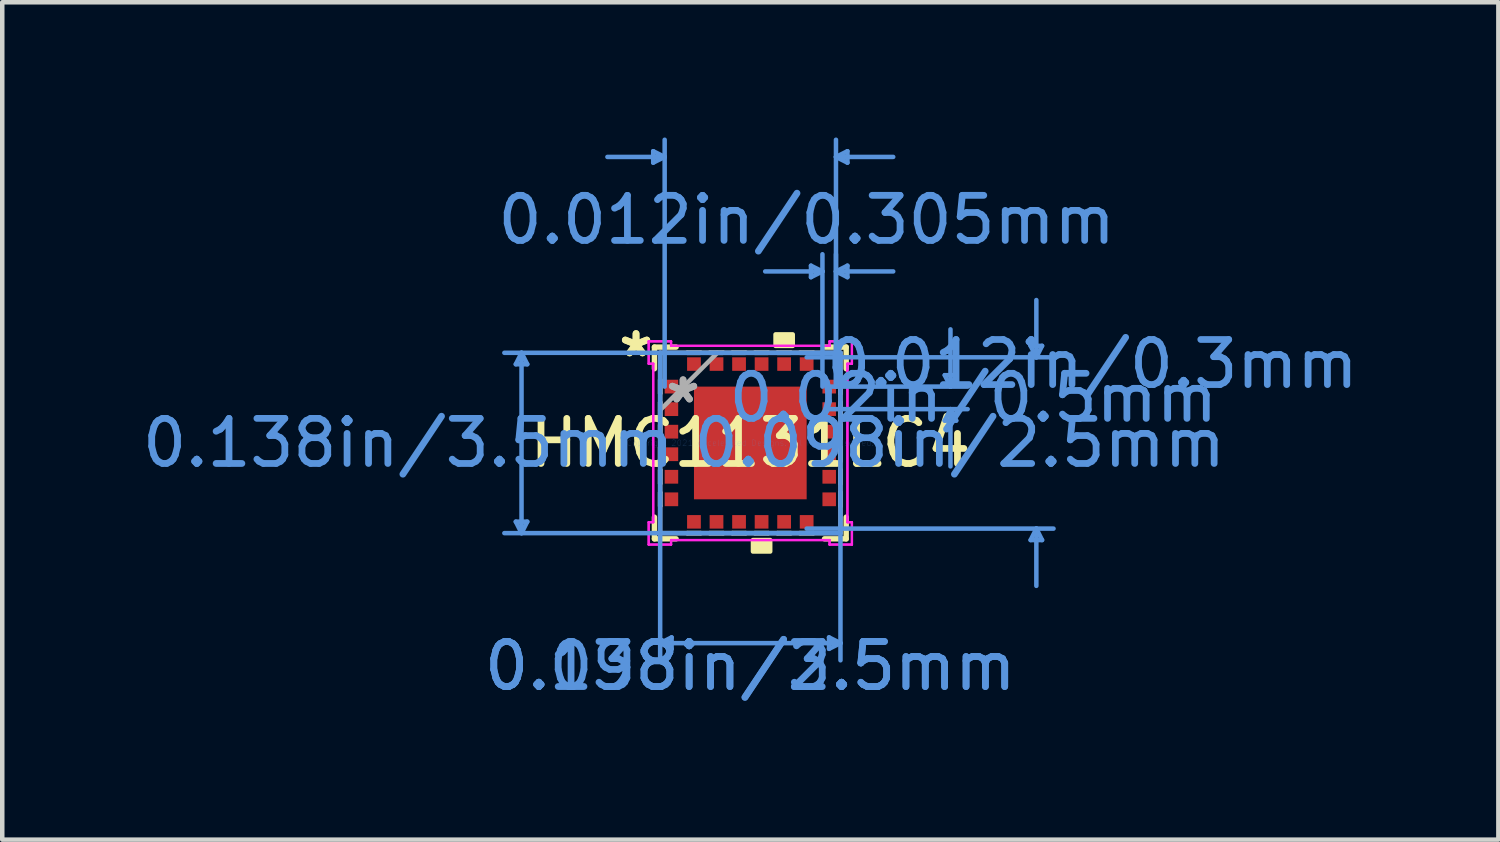
<source format=kicad_pcb>
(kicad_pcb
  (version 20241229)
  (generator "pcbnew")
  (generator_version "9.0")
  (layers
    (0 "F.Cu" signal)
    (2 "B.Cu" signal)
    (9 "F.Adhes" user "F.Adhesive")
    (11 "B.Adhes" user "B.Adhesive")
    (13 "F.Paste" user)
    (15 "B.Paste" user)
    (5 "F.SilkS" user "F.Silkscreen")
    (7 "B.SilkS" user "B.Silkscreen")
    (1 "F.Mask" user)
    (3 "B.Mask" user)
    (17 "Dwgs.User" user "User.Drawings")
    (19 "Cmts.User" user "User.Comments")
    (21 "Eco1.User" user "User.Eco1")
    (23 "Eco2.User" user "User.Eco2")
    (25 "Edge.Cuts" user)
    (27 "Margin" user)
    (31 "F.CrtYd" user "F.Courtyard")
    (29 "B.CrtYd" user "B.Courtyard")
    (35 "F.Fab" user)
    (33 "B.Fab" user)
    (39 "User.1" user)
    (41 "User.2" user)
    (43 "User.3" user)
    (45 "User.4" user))
  (footprint "HMC1131LC4"
    (layer "F.Cu")
    (at 13.594 6.776)
    (property "Reference" "HMC1131LC4" (at 0 0 0) (layer "F.SilkS") (effects (font (size 1 1) (thickness 0.15))))
    (attr through_hole)
    (fp_line (start -2.127 -2.127) (end -2.127 -1.646) (stroke (width 0.12) (type solid)) (layer "F.SilkS"))
    (fp_line (start -2.127 1.646) (end -2.127 2.127) (stroke (width 0.12) (type solid)) (layer "F.SilkS"))
    (fp_line (start -2.127 2.127) (end -1.646 2.127) (stroke (width 0.12) (type solid)) (layer "F.SilkS"))
    (fp_line (start -1.646 -2.127) (end -2.127 -2.127) (stroke (width 0.12) (type solid)) (layer "F.SilkS"))
    (fp_line (start 1.646 2.127) (end 2.127 2.127) (stroke (width 0.12) (type solid)) (layer "F.SilkS"))
    (fp_line (start 2.127 -2.127) (end 1.646 -2.127) (stroke (width 0.12) (type solid)) (layer "F.SilkS"))
    (fp_line (start 2.127 -1.646) (end 2.127 -2.127) (stroke (width 0.12) (type solid)) (layer "F.SilkS"))
    (fp_line (start 2.127 2.127) (end 2.127 1.646) (stroke (width 0.12) (type solid)) (layer "F.SilkS"))
    (fp_poly (pts (xy 0.059 2.154) (xy 0.059 2.408) (xy 0.441 2.408) (xy 0.441 2.154)) (stroke (width 0.1) (type solid)) (fill yes) (layer "F.SilkS"))
    (fp_poly (pts (xy 0.56 -2.154) (xy 0.56 -2.408) (xy 0.941 -2.408) (xy 0.941 -2.154)) (stroke (width 0.1) (type solid)) (fill yes) (layer "F.SilkS"))
    (fp_poly (pts (xy -1.25 -1.25) (xy -1.25 1.25) (xy 1.25 1.25) (xy 1.25 -1.25)) (stroke (width 0.1) (type solid)) (fill yes) (layer "F.Paste"))
    (fp_line (start -5.202 -1.746) (end -4.948 -1.746) (stroke (width 0.1) (type solid)) (layer "Cmts.User"))
    (fp_line (start -5.202 1.746) (end -4.948 1.746) (stroke (width 0.1) (type solid)) (layer "Cmts.User"))
    (fp_line (start -5.075 -2) (end -5.202 -1.746) (stroke (width 0.1) (type solid)) (layer "Cmts.User"))
    (fp_line (start -5.075 -2) (end -5.075 2) (stroke (width 0.1) (type solid)) (layer "Cmts.User"))
    (fp_line (start -5.075 -2) (end -4.948 -1.746) (stroke (width 0.1) (type solid)) (layer "Cmts.User"))
    (fp_line (start -5.075 2) (end -5.202 1.746) (stroke (width 0.1) (type solid)) (layer "Cmts.User"))
    (fp_line (start -5.075 2) (end -4.948 1.746) (stroke (width 0.1) (type solid)) (layer "Cmts.User"))
    (fp_line (start -2.154 -6.472) (end -2.154 -6.218) (stroke (width 0.1) (type solid)) (layer "Cmts.User"))
    (fp_line (start -2 -2) (end -2 4.821) (stroke (width 0.1) (type solid)) (layer "Cmts.User"))
    (fp_line (start -2 4.44) (end -1.746 4.313) (stroke (width 0.1) (type solid)) (layer "Cmts.User"))
    (fp_line (start -2 4.44) (end -1.746 4.567) (stroke (width 0.1) (type solid)) (layer "Cmts.User"))
    (fp_line (start -2 4.44) (end 2 4.44) (stroke (width 0.1) (type solid)) (layer "Cmts.User"))
    (fp_line (start -1.9 -6.345) (end -3.17 -6.345) (stroke (width 0.1) (type solid)) (layer "Cmts.User"))
    (fp_line (start -1.9 -6.345) (end -2.154 -6.472) (stroke (width 0.1) (type solid)) (layer "Cmts.User"))
    (fp_line (start -1.9 -6.345) (end -2.154 -6.218) (stroke (width 0.1) (type solid)) (layer "Cmts.User"))
    (fp_line (start -1.9 -1.25) (end -1.9 -6.726) (stroke (width 0.1) (type solid)) (layer "Cmts.User"))
    (fp_line (start -1.746 4.313) (end -1.746 4.567) (stroke (width 0.1) (type solid)) (layer "Cmts.User"))
    (fp_line (start 1.25 -1.9) (end 6.726 -1.9) (stroke (width 0.1) (type solid)) (layer "Cmts.User"))
    (fp_line (start 1.25 1.9) (end 6.726 1.9) (stroke (width 0.1) (type solid)) (layer "Cmts.User"))
    (fp_line (start 1.346 -3.932) (end 1.346 -3.678) (stroke (width 0.1) (type solid)) (layer "Cmts.User"))
    (fp_line (start 1.6 -3.805) (end 0.33 -3.805) (stroke (width 0.1) (type solid)) (layer "Cmts.User"))
    (fp_line (start 1.6 -3.805) (end 1.346 -3.932) (stroke (width 0.1) (type solid)) (layer "Cmts.User"))
    (fp_line (start 1.6 -3.805) (end 1.346 -3.678) (stroke (width 0.1) (type solid)) (layer "Cmts.User"))
    (fp_line (start 1.6 -1.25) (end 1.6 -4.186) (stroke (width 0.1) (type solid)) (layer "Cmts.User"))
    (fp_line (start 1.746 4.313) (end 1.746 4.567) (stroke (width 0.1) (type solid)) (layer "Cmts.User"))
    (fp_line (start 1.75 -1.25) (end 4.821 -1.25) (stroke (width 0.1) (type solid)) (layer "Cmts.User"))
    (fp_line (start 1.75 -0.75) (end 4.821 -0.75) (stroke (width 0.1) (type solid)) (layer "Cmts.User"))
    (fp_line (start 1.9 -6.345) (end 2.154 -6.472) (stroke (width 0.1) (type solid)) (layer "Cmts.User"))
    (fp_line (start 1.9 -6.345) (end 2.154 -6.218) (stroke (width 0.1) (type solid)) (layer "Cmts.User"))
    (fp_line (start 1.9 -6.345) (end 3.17 -6.345) (stroke (width 0.1) (type solid)) (layer "Cmts.User"))
    (fp_line (start 1.9 -3.805) (end 2.154 -3.932) (stroke (width 0.1) (type solid)) (layer "Cmts.User"))
    (fp_line (start 1.9 -3.805) (end 2.154 -3.678) (stroke (width 0.1) (type solid)) (layer "Cmts.User"))
    (fp_line (start 1.9 -3.805) (end 3.17 -3.805) (stroke (width 0.1) (type solid)) (layer "Cmts.User"))
    (fp_line (start 1.9 -1.25) (end 1.9 -6.726) (stroke (width 0.1) (type solid)) (layer "Cmts.User"))
    (fp_line (start 1.9 -1.25) (end 1.9 -4.186) (stroke (width 0.1) (type solid)) (layer "Cmts.User"))
    (fp_line (start 2 -2) (end -5.456 -2) (stroke (width 0.1) (type solid)) (layer "Cmts.User"))
    (fp_line (start 2 -2) (end 2 4.821) (stroke (width 0.1) (type solid)) (layer "Cmts.User"))
    (fp_line (start 2 2) (end -5.456 2) (stroke (width 0.1) (type solid)) (layer "Cmts.User"))
    (fp_line (start 2 4.44) (end 1.746 4.313) (stroke (width 0.1) (type solid)) (layer "Cmts.User"))
    (fp_line (start 2 4.44) (end 1.746 4.567) (stroke (width 0.1) (type solid)) (layer "Cmts.User"))
    (fp_line (start 2.154 -6.472) (end 2.154 -6.218) (stroke (width 0.1) (type solid)) (layer "Cmts.User"))
    (fp_line (start 2.154 -3.932) (end 2.154 -3.678) (stroke (width 0.1) (type solid)) (layer "Cmts.User"))
    (fp_line (start 4.313 -1.504) (end 4.567 -1.504) (stroke (width 0.1) (type solid)) (layer "Cmts.User"))
    (fp_line (start 4.313 -0.496) (end 4.567 -0.496) (stroke (width 0.1) (type solid)) (layer "Cmts.User"))
    (fp_line (start 4.44 -1.25) (end 4.313 -1.504) (stroke (width 0.1) (type solid)) (layer "Cmts.User"))
    (fp_line (start 4.44 -1.25) (end 4.44 -2.52) (stroke (width 0.1) (type solid)) (layer "Cmts.User"))
    (fp_line (start 4.44 -1.25) (end 4.567 -1.504) (stroke (width 0.1) (type solid)) (layer "Cmts.User"))
    (fp_line (start 4.44 -0.75) (end 4.313 -0.496) (stroke (width 0.1) (type solid)) (layer "Cmts.User"))
    (fp_line (start 4.44 -0.75) (end 4.44 0.52) (stroke (width 0.1) (type solid)) (layer "Cmts.User"))
    (fp_line (start 4.44 -0.75) (end 4.567 -0.496) (stroke (width 0.1) (type solid)) (layer "Cmts.User"))
    (fp_line (start 6.218 -2.154) (end 6.472 -2.154) (stroke (width 0.1) (type solid)) (layer "Cmts.User"))
    (fp_line (start 6.218 2.154) (end 6.472 2.154) (stroke (width 0.1) (type solid)) (layer "Cmts.User"))
    (fp_line (start 6.345 -1.9) (end 6.218 -2.154) (stroke (width 0.1) (type solid)) (layer "Cmts.User"))
    (fp_line (start 6.345 -1.9) (end 6.345 -3.17) (stroke (width 0.1) (type solid)) (layer "Cmts.User"))
    (fp_line (start 6.345 -1.9) (end 6.472 -2.154) (stroke (width 0.1) (type solid)) (layer "Cmts.User"))
    (fp_line (start 6.345 1.9) (end 6.218 2.154) (stroke (width 0.1) (type solid)) (layer "Cmts.User"))
    (fp_line (start 6.345 1.9) (end 6.345 3.17) (stroke (width 0.1) (type solid)) (layer "Cmts.User"))
    (fp_line (start 6.345 1.9) (end 6.472 2.154) (stroke (width 0.1) (type solid)) (layer "Cmts.User"))
    (fp_line (start -2.254 -2.254) (end -1.758 -2.254) (stroke (width 0.05) (type solid)) (layer "F.CrtYd"))
    (fp_line (start -2.254 -2.254) (end -1.758 -2.254) (stroke (width 0.05) (type solid)) (layer "F.CrtYd"))
    (fp_line (start -2.254 -1.758) (end -2.254 -2.254) (stroke (width 0.05) (type solid)) (layer "F.CrtYd"))
    (fp_line (start -2.254 -1.758) (end -2.254 -2.254) (stroke (width 0.05) (type solid)) (layer "F.CrtYd"))
    (fp_line (start -2.254 1.758) (end -2.154 1.758) (stroke (width 0.05) (type solid)) (layer "F.CrtYd"))
    (fp_line (start -2.254 2.254) (end -2.254 1.758) (stroke (width 0.05) (type solid)) (layer "F.CrtYd"))
    (fp_line (start -2.254 2.254) (end -2.254 1.758) (stroke (width 0.05) (type solid)) (layer "F.CrtYd"))
    (fp_line (start -2.154 -1.758) (end -2.254 -1.758) (stroke (width 0.05) (type solid)) (layer "F.CrtYd"))
    (fp_line (start -2.154 -1.758) (end -2.254 -1.758) (stroke (width 0.05) (type solid)) (layer "F.CrtYd"))
    (fp_line (start -2.154 1.758) (end -2.254 1.758) (stroke (width 0.05) (type solid)) (layer "F.CrtYd"))
    (fp_line (start -2.154 1.758) (end -2.154 -1.758) (stroke (width 0.05) (type solid)) (layer "F.CrtYd"))
    (fp_line (start -2.154 1.758) (end -2.154 -1.758) (stroke (width 0.05) (type solid)) (layer "F.CrtYd"))
    (fp_line (start -1.758 -2.254) (end -1.758 -2.154) (stroke (width 0.05) (type solid)) (layer "F.CrtYd"))
    (fp_line (start -1.758 -2.254) (end -1.758 -2.154) (stroke (width 0.05) (type solid)) (layer "F.CrtYd"))
    (fp_line (start -1.758 -2.154) (end 1.758 -2.154) (stroke (width 0.05) (type solid)) (layer "F.CrtYd"))
    (fp_line (start -1.758 -2.154) (end 1.758 -2.154) (stroke (width 0.05) (type solid)) (layer "F.CrtYd"))
    (fp_line (start -1.758 2.154) (end -1.758 2.254) (stroke (width 0.05) (type solid)) (layer "F.CrtYd"))
    (fp_line (start -1.758 2.154) (end -1.758 2.254) (stroke (width 0.05) (type solid)) (layer "F.CrtYd"))
    (fp_line (start -1.758 2.254) (end -2.254 2.254) (stroke (width 0.05) (type solid)) (layer "F.CrtYd"))
    (fp_line (start -1.758 2.254) (end -2.254 2.254) (stroke (width 0.05) (type solid)) (layer "F.CrtYd"))
    (fp_line (start 1.758 -2.254) (end 2.254 -2.254) (stroke (width 0.05) (type solid)) (layer "F.CrtYd"))
    (fp_line (start 1.758 -2.254) (end 2.254 -2.254) (stroke (width 0.05) (type solid)) (layer "F.CrtYd"))
    (fp_line (start 1.758 -2.154) (end 1.758 -2.254) (stroke (width 0.05) (type solid)) (layer "F.CrtYd"))
    (fp_line (start 1.758 -2.154) (end 1.758 -2.254) (stroke (width 0.05) (type solid)) (layer "F.CrtYd"))
    (fp_line (start 1.758 2.154) (end -1.758 2.154) (stroke (width 0.05) (type solid)) (layer "F.CrtYd"))
    (fp_line (start 1.758 2.154) (end -1.758 2.154) (stroke (width 0.05) (type solid)) (layer "F.CrtYd"))
    (fp_line (start 1.758 2.254) (end 1.758 2.154) (stroke (width 0.05) (type solid)) (layer "F.CrtYd"))
    (fp_line (start 1.758 2.254) (end 1.758 2.154) (stroke (width 0.05) (type solid)) (layer "F.CrtYd"))
    (fp_line (start 2.154 -1.758) (end 2.154 1.758) (stroke (width 0.05) (type solid)) (layer "F.CrtYd"))
    (fp_line (start 2.154 -1.758) (end 2.154 1.758) (stroke (width 0.05) (type solid)) (layer "F.CrtYd"))
    (fp_line (start 2.154 1.758) (end 2.254 1.758) (stroke (width 0.05) (type solid)) (layer "F.CrtYd"))
    (fp_line (start 2.154 1.758) (end 2.254 1.758) (stroke (width 0.05) (type solid)) (layer "F.CrtYd"))
    (fp_line (start 2.254 -2.254) (end 2.254 -1.758) (stroke (width 0.05) (type solid)) (layer "F.CrtYd"))
    (fp_line (start 2.254 -2.254) (end 2.254 -1.758) (stroke (width 0.05) (type solid)) (layer "F.CrtYd"))
    (fp_line (start 2.254 -1.758) (end 2.154 -1.758) (stroke (width 0.05) (type solid)) (layer "F.CrtYd"))
    (fp_line (start 2.254 -1.758) (end 2.154 -1.758) (stroke (width 0.05) (type solid)) (layer "F.CrtYd"))
    (fp_line (start 2.254 1.758) (end 2.254 2.254) (stroke (width 0.05) (type solid)) (layer "F.CrtYd"))
    (fp_line (start 2.254 1.758) (end 2.254 2.254) (stroke (width 0.05) (type solid)) (layer "F.CrtYd"))
    (fp_line (start 2.254 2.254) (end 1.758 2.254) (stroke (width 0.05) (type solid)) (layer "F.CrtYd"))
    (fp_line (start 2.254 2.254) (end 1.758 2.254) (stroke (width 0.05) (type solid)) (layer "F.CrtYd"))
    (fp_line (start -2 -2) (end -2 2) (stroke (width 0.1) (type solid)) (layer "F.Fab"))
    (fp_line (start -2 -1.4) (end -2 -1.4) (stroke (width 0.1) (type solid)) (layer "F.Fab"))
    (fp_line (start -2 -1.4) (end -2 -1.1) (stroke (width 0.1) (type solid)) (layer "F.Fab"))
    (fp_line (start -2 -1.1) (end -2 -1.4) (stroke (width 0.1) (type solid)) (layer "F.Fab"))
    (fp_line (start -2 -1.1) (end -2 -1.1) (stroke (width 0.1) (type solid)) (layer "F.Fab"))
    (fp_line (start -2 -0.9) (end -2 -0.9) (stroke (width 0.1) (type solid)) (layer "F.Fab"))
    (fp_line (start -2 -0.9) (end -2 -0.6) (stroke (width 0.1) (type solid)) (layer "F.Fab"))
    (fp_line (start -2 -0.73) (end -0.73 -2) (stroke (width 0.1) (type solid)) (layer "F.Fab"))
    (fp_line (start -2 -0.6) (end -2 -0.9) (stroke (width 0.1) (type solid)) (layer "F.Fab"))
    (fp_line (start -2 -0.6) (end -2 -0.6) (stroke (width 0.1) (type solid)) (layer "F.Fab"))
    (fp_line (start -2 -0.4) (end -2 -0.4) (stroke (width 0.1) (type solid)) (layer "F.Fab"))
    (fp_line (start -2 -0.4) (end -2 -0.1) (stroke (width 0.1) (type solid)) (layer "F.Fab"))
    (fp_line (start -2 -0.1) (end -2 -0.4) (stroke (width 0.1) (type solid)) (layer "F.Fab"))
    (fp_line (start -2 -0.1) (end -2 -0.1) (stroke (width 0.1) (type solid)) (layer "F.Fab"))
    (fp_line (start -2 0.1) (end -2 0.1) (stroke (width 0.1) (type solid)) (layer "F.Fab"))
    (fp_line (start -2 0.1) (end -2 0.4) (stroke (width 0.1) (type solid)) (layer "F.Fab"))
    (fp_line (start -2 0.4) (end -2 0.1) (stroke (width 0.1) (type solid)) (layer "F.Fab"))
    (fp_line (start -2 0.4) (end -2 0.4) (stroke (width 0.1) (type solid)) (layer "F.Fab"))
    (fp_line (start -2 0.6) (end -2 0.6) (stroke (width 0.1) (type solid)) (layer "F.Fab"))
    (fp_line (start -2 0.6) (end -2 0.9) (stroke (width 0.1) (type solid)) (layer "F.Fab"))
    (fp_line (start -2 0.9) (end -2 0.6) (stroke (width 0.1) (type solid)) (layer "F.Fab"))
    (fp_line (start -2 0.9) (end -2 0.9) (stroke (width 0.1) (type solid)) (layer "F.Fab"))
    (fp_line (start -2 1.1) (end -2 1.1) (stroke (width 0.1) (type solid)) (layer "F.Fab"))
    (fp_line (start -2 1.1) (end -2 1.4) (stroke (width 0.1) (type solid)) (layer "F.Fab"))
    (fp_line (start -2 1.4) (end -2 1.1) (stroke (width 0.1) (type solid)) (layer "F.Fab"))
    (fp_line (start -2 1.4) (end -2 1.4) (stroke (width 0.1) (type solid)) (layer "F.Fab"))
    (fp_line (start -2 2) (end 2 2) (stroke (width 0.1) (type solid)) (layer "F.Fab"))
    (fp_line (start -1.4 -2) (end -1.4 -2) (stroke (width 0.1) (type solid)) (layer "F.Fab"))
    (fp_line (start -1.4 -2) (end -1.1 -2) (stroke (width 0.1) (type solid)) (layer "F.Fab"))
    (fp_line (start -1.4 2) (end -1.4 2) (stroke (width 0.1) (type solid)) (layer "F.Fab"))
    (fp_line (start -1.4 2) (end -1.1 2) (stroke (width 0.1) (type solid)) (layer "F.Fab"))
    (fp_line (start -1.1 -2) (end -1.4 -2) (stroke (width 0.1) (type solid)) (layer "F.Fab"))
    (fp_line (start -1.1 -2) (end -1.1 -2) (stroke (width 0.1) (type solid)) (layer "F.Fab"))
    (fp_line (start -1.1 2) (end -1.4 2) (stroke (width 0.1) (type solid)) (layer "F.Fab"))
    (fp_line (start -1.1 2) (end -1.1 2) (stroke (width 0.1) (type solid)) (layer "F.Fab"))
    (fp_line (start -0.9 -2) (end -0.9 -2) (stroke (width 0.1) (type solid)) (layer "F.Fab"))
    (fp_line (start -0.9 -2) (end -0.6 -2) (stroke (width 0.1) (type solid)) (layer "F.Fab"))
    (fp_line (start -0.9 2) (end -0.9 2) (stroke (width 0.1) (type solid)) (layer "F.Fab"))
    (fp_line (start -0.9 2) (end -0.6 2) (stroke (width 0.1) (type solid)) (layer "F.Fab"))
    (fp_line (start -0.6 -2) (end -0.9 -2) (stroke (width 0.1) (type solid)) (layer "F.Fab"))
    (fp_line (start -0.6 -2) (end -0.6 -2) (stroke (width 0.1) (type solid)) (layer "F.Fab"))
    (fp_line (start -0.6 2) (end -0.9 2) (stroke (width 0.1) (type solid)) (layer "F.Fab"))
    (fp_line (start -0.6 2) (end -0.6 2) (stroke (width 0.1) (type solid)) (layer "F.Fab"))
    (fp_line (start -0.4 -2) (end -0.4 -2) (stroke (width 0.1) (type solid)) (layer "F.Fab"))
    (fp_line (start -0.4 -2) (end -0.1 -2) (stroke (width 0.1) (type solid)) (layer "F.Fab"))
    (fp_line (start -0.4 2) (end -0.4 2) (stroke (width 0.1) (type solid)) (layer "F.Fab"))
    (fp_line (start -0.4 2) (end -0.1 2) (stroke (width 0.1) (type solid)) (layer "F.Fab"))
    (fp_line (start -0.1 -2) (end -0.4 -2) (stroke (width 0.1) (type solid)) (layer "F.Fab"))
    (fp_line (start -0.1 -2) (end -0.1 -2) (stroke (width 0.1) (type solid)) (layer "F.Fab"))
    (fp_line (start -0.1 2) (end -0.4 2) (stroke (width 0.1) (type solid)) (layer "F.Fab"))
    (fp_line (start -0.1 2) (end -0.1 2) (stroke (width 0.1) (type solid)) (layer "F.Fab"))
    (fp_line (start 0.1 -2) (end 0.1 -2) (stroke (width 0.1) (type solid)) (layer "F.Fab"))
    (fp_line (start 0.1 -2) (end 0.4 -2) (stroke (width 0.1) (type solid)) (layer "F.Fab"))
    (fp_line (start 0.1 2) (end 0.1 2) (stroke (width 0.1) (type solid)) (layer "F.Fab"))
    (fp_line (start 0.1 2) (end 0.4 2) (stroke (width 0.1) (type solid)) (layer "F.Fab"))
    (fp_line (start 0.4 -2) (end 0.1 -2) (stroke (width 0.1) (type solid)) (layer "F.Fab"))
    (fp_line (start 0.4 -2) (end 0.4 -2) (stroke (width 0.1) (type solid)) (layer "F.Fab"))
    (fp_line (start 0.4 2) (end 0.1 2) (stroke (width 0.1) (type solid)) (layer "F.Fab"))
    (fp_line (start 0.4 2) (end 0.4 2) (stroke (width 0.1) (type solid)) (layer "F.Fab"))
    (fp_line (start 0.6 -2) (end 0.6 -2) (stroke (width 0.1) (type solid)) (layer "F.Fab"))
    (fp_line (start 0.6 -2) (end 0.9 -2) (stroke (width 0.1) (type solid)) (layer "F.Fab"))
    (fp_line (start 0.6 2) (end 0.6 2) (stroke (width 0.1) (type solid)) (layer "F.Fab"))
    (fp_line (start 0.6 2) (end 0.9 2) (stroke (width 0.1) (type solid)) (layer "F.Fab"))
    (fp_line (start 0.9 -2) (end 0.6 -2) (stroke (width 0.1) (type solid)) (layer "F.Fab"))
    (fp_line (start 0.9 -2) (end 0.9 -2) (stroke (width 0.1) (type solid)) (layer "F.Fab"))
    (fp_line (start 0.9 2) (end 0.6 2) (stroke (width 0.1) (type solid)) (layer "F.Fab"))
    (fp_line (start 0.9 2) (end 0.9 2) (stroke (width 0.1) (type solid)) (layer "F.Fab"))
    (fp_line (start 1.1 -2) (end 1.1 -2) (stroke (width 0.1) (type solid)) (layer "F.Fab"))
    (fp_line (start 1.1 -2) (end 1.4 -2) (stroke (width 0.1) (type solid)) (layer "F.Fab"))
    (fp_line (start 1.1 2) (end 1.1 2) (stroke (width 0.1) (type solid)) (layer "F.Fab"))
    (fp_line (start 1.1 2) (end 1.4 2) (stroke (width 0.1) (type solid)) (layer "F.Fab"))
    (fp_line (start 1.4 -2) (end 1.1 -2) (stroke (width 0.1) (type solid)) (layer "F.Fab"))
    (fp_line (start 1.4 -2) (end 1.4 -2) (stroke (width 0.1) (type solid)) (layer "F.Fab"))
    (fp_line (start 1.4 2) (end 1.1 2) (stroke (width 0.1) (type solid)) (layer "F.Fab"))
    (fp_line (start 1.4 2) (end 1.4 2) (stroke (width 0.1) (type solid)) (layer "F.Fab"))
    (fp_line (start 2 -2) (end -2 -2) (stroke (width 0.1) (type solid)) (layer "F.Fab"))
    (fp_line (start 2 -1.4) (end 2 -1.4) (stroke (width 0.1) (type solid)) (layer "F.Fab"))
    (fp_line (start 2 -1.4) (end 2 -1.1) (stroke (width 0.1) (type solid)) (layer "F.Fab"))
    (fp_line (start 2 -1.1) (end 2 -1.4) (stroke (width 0.1) (type solid)) (layer "F.Fab"))
    (fp_line (start 2 -1.1) (end 2 -1.1) (stroke (width 0.1) (type solid)) (layer "F.Fab"))
    (fp_line (start 2 -0.9) (end 2 -0.9) (stroke (width 0.1) (type solid)) (layer "F.Fab"))
    (fp_line (start 2 -0.9) (end 2 -0.6) (stroke (width 0.1) (type solid)) (layer "F.Fab"))
    (fp_line (start 2 -0.6) (end 2 -0.9) (stroke (width 0.1) (type solid)) (layer "F.Fab"))
    (fp_line (start 2 -0.6) (end 2 -0.6) (stroke (width 0.1) (type solid)) (layer "F.Fab"))
    (fp_line (start 2 -0.4) (end 2 -0.4) (stroke (width 0.1) (type solid)) (layer "F.Fab"))
    (fp_line (start 2 -0.4) (end 2 -0.1) (stroke (width 0.1) (type solid)) (layer "F.Fab"))
    (fp_line (start 2 -0.1) (end 2 -0.4) (stroke (width 0.1) (type solid)) (layer "F.Fab"))
    (fp_line (start 2 -0.1) (end 2 -0.1) (stroke (width 0.1) (type solid)) (layer "F.Fab"))
    (fp_line (start 2 0.1) (end 2 0.1) (stroke (width 0.1) (type solid)) (layer "F.Fab"))
    (fp_line (start 2 0.1) (end 2 0.4) (stroke (width 0.1) (type solid)) (layer "F.Fab"))
    (fp_line (start 2 0.4) (end 2 0.1) (stroke (width 0.1) (type solid)) (layer "F.Fab"))
    (fp_line (start 2 0.4) (end 2 0.4) (stroke (width 0.1) (type solid)) (layer "F.Fab"))
    (fp_line (start 2 0.6) (end 2 0.6) (stroke (width 0.1) (type solid)) (layer "F.Fab"))
    (fp_line (start 2 0.6) (end 2 0.9) (stroke (width 0.1) (type solid)) (layer "F.Fab"))
    (fp_line (start 2 0.9) (end 2 0.6) (stroke (width 0.1) (type solid)) (layer "F.Fab"))
    (fp_line (start 2 0.9) (end 2 0.9) (stroke (width 0.1) (type solid)) (layer "F.Fab"))
    (fp_line (start 2 1.1) (end 2 1.1) (stroke (width 0.1) (type solid)) (layer "F.Fab"))
    (fp_line (start 2 1.1) (end 2 1.4) (stroke (width 0.1) (type solid)) (layer "F.Fab"))
    (fp_line (start 2 1.4) (end 2 1.1) (stroke (width 0.1) (type solid)) (layer "F.Fab"))
    (fp_line (start 2 1.4) (end 2 1.4) (stroke (width 0.1) (type solid)) (layer "F.Fab"))
    (fp_line (start 2 2) (end 2 -2) (stroke (width 0.1) (type solid)) (layer "F.Fab"))
    (fp_text user "*" (at -2.535 -1.881 0) (layer "F.SilkS") (effects (font (size 1 1) (thickness 0.15))))
    (fp_text user "*" (at -2.535 -1.881 0) (layer "F.SilkS") (effects (font (size 1 1) (thickness 0.15))))
    (fp_text user "0.138in/3.5mm" (at 0 4.948 0) (layer "Cmts.User") (effects (font (size 1 1) (thickness 0.15))))
    (fp_text user "0.012in/0.305mm" (at 1.25 -4.948 0) (layer "Cmts.User") (effects (font (size 1 1) (thickness 0.15))))
    (fp_text user "0.098in/2.5mm" (at 0 4.95 0) (layer "Cmts.User") (effects (font (size 1 1) (thickness 0.15))))
    (fp_text user "0.098in/2.5mm" (at 4.646 0 0) (layer "Cmts.User") (effects (font (size 1 1) (thickness 0.15))))
    (fp_text user "0.012in/0.3mm" (at 7.588 -1.75 0) (layer "Cmts.User") (effects (font (size 1 1) (thickness 0.15))))
    (fp_text user "0.02in/0.5mm" (at 4.948 -1 0) (layer "Cmts.User") (effects (font (size 1 1) (thickness 0.15))))
    (fp_text user "0.138in/3.5mm" (at -7.588 0 0) (layer "Cmts.User") (effects (font (size 1 1) (thickness 0.15))))
    (fp_text user "Copyright 2021 Accelerated Designs. All rights reserved." (at 0 0 0) (layer "Cmts.User") (effects (font (size 0.127 0.127) (thickness 0.002))))
    (fp_text user "*" (at -1.492 -0.857 0) (layer "F.Fab") (effects (font (size 1 1) (thickness 0.15))))
    (fp_text user "*" (at -1.492 -0.857 0) (layer "F.Fab") (effects (font (size 1 1) (thickness 0.15))))
    (pad "1" smd rect (at -1.75 -1.25 90) (size 0.305 0.3) (layers "F.Cu" "F.Mask" "F.Paste"))
    (pad "2" smd rect (at -1.75 -0.75 90) (size 0.305 0.3) (layers "F.Cu" "F.Mask" "F.Paste"))
    (pad "3" smd rect (at -1.75 -0.25 90) (size 0.305 0.3) (layers "F.Cu" "F.Mask" "F.Paste"))
    (pad "4" smd rect (at -1.75 0.25 90) (size 0.305 0.3) (layers "F.Cu" "F.Mask" "F.Paste"))
    (pad "5" smd rect (at -1.75 0.75 90) (size 0.305 0.3) (layers "F.Cu" "F.Mask" "F.Paste"))
    (pad "6" smd rect (at -1.75 1.25 90) (size 0.305 0.3) (layers "F.Cu" "F.Mask" "F.Paste"))
    (pad "7" smd rect (at -1.25 1.75) (size 0.305 0.3) (layers "F.Cu" "F.Mask" "F.Paste"))
    (pad "8" smd rect (at -0.75 1.75) (size 0.305 0.3) (layers "F.Cu" "F.Mask" "F.Paste"))
    (pad "9" smd rect (at -0.25 1.75) (size 0.305 0.3) (layers "F.Cu" "F.Mask" "F.Paste"))
    (pad "10" smd rect (at 0.25 1.75) (size 0.305 0.3) (layers "F.Cu" "F.Mask" "F.Paste"))
    (pad "11" smd rect (at 0.75 1.75) (size 0.305 0.3) (layers "F.Cu" "F.Mask" "F.Paste"))
    (pad "12" smd rect (at 1.25 1.75) (size 0.305 0.3) (layers "F.Cu" "F.Mask" "F.Paste"))
    (pad "13" smd rect (at 1.75 1.25 90) (size 0.305 0.3) (layers "F.Cu" "F.Mask" "F.Paste"))
    (pad "14" smd rect (at 1.75 0.75 90) (size 0.305 0.3) (layers "F.Cu" "F.Mask" "F.Paste"))
    (pad "15" smd rect (at 1.75 0.25 90) (size 0.305 0.3) (layers "F.Cu" "F.Mask" "F.Paste"))
    (pad "16" smd rect (at 1.75 -0.25 90) (size 0.305 0.3) (layers "F.Cu" "F.Mask" "F.Paste"))
    (pad "17" smd rect (at 1.75 -0.75 90) (size 0.305 0.3) (layers "F.Cu" "F.Mask" "F.Paste"))
    (pad "18" smd rect (at 1.75 -1.25 90) (size 0.305 0.3) (layers "F.Cu" "F.Mask" "F.Paste"))
    (pad "19" smd rect (at 1.25 -1.75) (size 0.305 0.3) (layers "F.Cu" "F.Mask" "F.Paste"))
    (pad "20" smd rect (at 0.75 -1.75) (size 0.305 0.3) (layers "F.Cu" "F.Mask" "F.Paste"))
    (pad "21" smd rect (at 0.25 -1.75) (size 0.305 0.3) (layers "F.Cu" "F.Mask" "F.Paste"))
    (pad "22" smd rect (at -0.25 -1.75) (size 0.305 0.3) (layers "F.Cu" "F.Mask" "F.Paste"))
    (pad "23" smd rect (at -0.75 -1.75) (size 0.305 0.3) (layers "F.Cu" "F.Mask" "F.Paste"))
    (pad "24" smd rect (at -1.25 -1.75) (size 0.305 0.3) (layers "F.Cu" "F.Mask" "F.Paste"))
    (pad "25" smd rect (at 0 0) (size 2.5 2.5) (layers "F.Cu" "F.Mask" "F.Paste")))
  (gr_rect
    (start -3 -3)
    (end 30.188 15.575)
    (stroke (width 0.1) (type default))
    (fill no)
    (layer "Edge.Cuts")))
</source>
